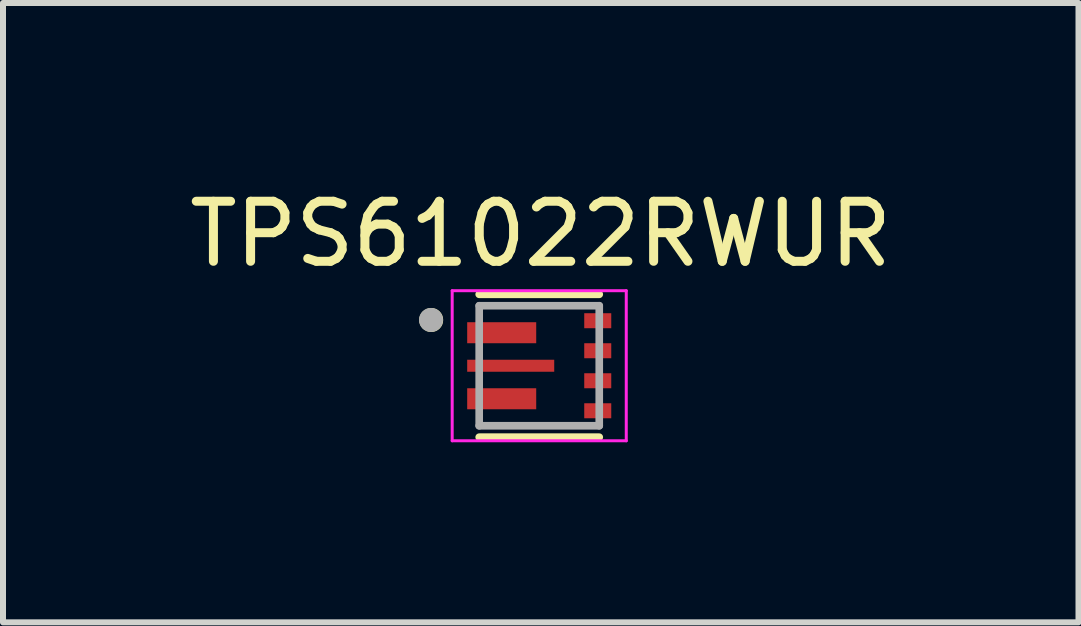
<source format=kicad_pcb>
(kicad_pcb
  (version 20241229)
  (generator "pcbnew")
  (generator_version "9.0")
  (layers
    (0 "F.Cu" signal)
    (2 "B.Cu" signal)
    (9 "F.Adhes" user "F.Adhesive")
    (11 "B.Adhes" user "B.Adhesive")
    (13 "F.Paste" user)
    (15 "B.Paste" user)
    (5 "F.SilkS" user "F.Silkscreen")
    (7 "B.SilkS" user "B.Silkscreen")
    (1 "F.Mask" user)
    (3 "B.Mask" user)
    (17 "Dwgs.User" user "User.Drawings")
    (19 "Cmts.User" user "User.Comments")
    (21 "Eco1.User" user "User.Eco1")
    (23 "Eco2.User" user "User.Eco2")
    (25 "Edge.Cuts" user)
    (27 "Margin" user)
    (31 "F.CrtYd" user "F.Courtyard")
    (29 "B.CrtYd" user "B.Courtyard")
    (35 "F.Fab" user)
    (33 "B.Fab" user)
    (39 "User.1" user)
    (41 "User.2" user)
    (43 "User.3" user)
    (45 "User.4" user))
  (footprint "TPS61022RWUR"
    (layer "F.Cu")
    (at 5.933 3.043)
    (property "Reference" "TPS61022RWUR" (at 0.025 -2.195 0) (layer "F.SilkS") (effects (font (size 1 1) (thickness 0.15))))
    (attr smd)
    (fp_poly (pts (xy -1.27 -0.795) (xy 0.02 -0.795) (xy 0.02 -0.305) (xy -1.27 -0.305)) (stroke (width 0.01) (type solid)) (fill yes) (layer "F.Mask"))
    (fp_poly (pts (xy -1.27 -0.17) (xy 0.32 -0.17) (xy 0.32 0.17) (xy -1.27 0.17)) (stroke (width 0.01) (type solid)) (fill yes) (layer "F.Mask"))
    (fp_poly (pts (xy -1.27 0.305) (xy 0.02 0.305) (xy 0.02 0.795) (xy -1.27 0.795)) (stroke (width 0.01) (type solid)) (fill yes) (layer "F.Mask"))
    (fp_poly (pts (xy 0.68 -0.945) (xy 1.27 -0.945) (xy 1.27 -0.555) (xy 0.68 -0.555)) (stroke (width 0.01) (type solid)) (fill yes) (layer "F.Mask"))
    (fp_poly (pts (xy 0.68 -0.445) (xy 1.27 -0.445) (xy 1.27 -0.055) (xy 0.68 -0.055)) (stroke (width 0.01) (type solid)) (fill yes) (layer "F.Mask"))
    (fp_poly (pts (xy 0.68 0.055) (xy 1.27 0.055) (xy 1.27 0.445) (xy 0.68 0.445)) (stroke (width 0.01) (type solid)) (fill yes) (layer "F.Mask"))
    (fp_poly (pts (xy 0.68 0.555) (xy 1.27 0.555) (xy 1.27 0.945) (xy 0.68 0.945)) (stroke (width 0.01) (type solid)) (fill yes) (layer "F.Mask"))
    (fp_line (start -1 -1.19) (end 1 -1.19) (stroke (width 0.127) (type solid)) (layer "F.SilkS"))
    (fp_line (start -1 1.19) (end 1 1.19) (stroke (width 0.127) (type solid)) (layer "F.SilkS"))
    (fp_circle (center -1.8 -0.762) (end -1.7 -0.762) (stroke (width 0.2) (type solid)) (fill no) (layer "F.SilkS"))
    (fp_poly (pts (xy -1.2 -0.725) (xy -0.725 -0.725) (xy -0.725 -0.375) (xy -1.2 -0.375)) (stroke (width 0.01) (type solid)) (fill yes) (layer "F.Paste"))
    (fp_poly (pts (xy -1.2 -0.1) (xy -0.575 -0.1) (xy -0.575 0.1) (xy -1.2 0.1)) (stroke (width 0.01) (type solid)) (fill yes) (layer "F.Paste"))
    (fp_poly (pts (xy -1.2 0.375) (xy -0.725 0.375) (xy -0.725 0.725) (xy -1.2 0.725)) (stroke (width 0.01) (type solid)) (fill yes) (layer "F.Paste"))
    (fp_poly (pts (xy -0.525 -0.725) (xy -0.05 -0.725) (xy -0.05 -0.375) (xy -0.525 -0.375)) (stroke (width 0.01) (type solid)) (fill yes) (layer "F.Paste"))
    (fp_poly (pts (xy -0.525 0.375) (xy -0.05 0.375) (xy -0.05 0.725) (xy -0.525 0.725)) (stroke (width 0.01) (type solid)) (fill yes) (layer "F.Paste"))
    (fp_poly (pts (xy -0.375 -0.1) (xy 0.25 -0.1) (xy 0.25 0.1) (xy -0.375 0.1)) (stroke (width 0.01) (type solid)) (fill yes) (layer "F.Paste"))
    (fp_line (start -1.45 -1.25) (end -1.45 1.25) (stroke (width 0.05) (type solid)) (layer "F.CrtYd"))
    (fp_line (start -1.45 1.25) (end 1.45 1.25) (stroke (width 0.05) (type solid)) (layer "F.CrtYd"))
    (fp_line (start 1.45 -1.25) (end -1.45 -1.25) (stroke (width 0.05) (type solid)) (layer "F.CrtYd"))
    (fp_line (start 1.45 1.25) (end 1.45 -1.25) (stroke (width 0.05) (type solid)) (layer "F.CrtYd"))
    (fp_line (start -1 -1) (end -1 1) (stroke (width 0.127) (type solid)) (layer "F.Fab"))
    (fp_line (start -1 1) (end 1 1) (stroke (width 0.127) (type solid)) (layer "F.Fab"))
    (fp_line (start 1 -1) (end -1 -1) (stroke (width 0.127) (type solid)) (layer "F.Fab"))
    (fp_line (start 1 1) (end 1 -1) (stroke (width 0.127) (type solid)) (layer "F.Fab"))
    (fp_circle (center -1.803 -0.763) (end -1.703 -0.763) (stroke (width 0.2) (type solid)) (fill no) (layer "F.Fab"))
    (pad "1" smd rect (at -0.625 -0.55) (size 1.15 0.35) (layers "F.Cu"))
    (pad "2" smd rect (at -0.475 0) (size 1.45 0.2) (layers "F.Cu"))
    (pad "3" smd rect (at -0.625 0.55) (size 1.15 0.35) (layers "F.Cu"))
    (pad "4" smd rect (at 0.975 0.75) (size 0.45 0.25) (layers "F.Cu" "F.Paste"))
    (pad "5" smd rect (at 0.975 0.25) (size 0.45 0.25) (layers "F.Cu" "F.Paste"))
    (pad "6" smd rect (at 0.975 -0.25) (size 0.45 0.25) (layers "F.Cu" "F.Paste"))
    (pad "7" smd rect (at 0.975 -0.75) (size 0.45 0.25) (layers "F.Cu" "F.Paste")))
  (gr_rect
    (start -3 -3)
    (end 14.917 7.318)
    (stroke (width 0.1) (type default))
    (fill no)
    (layer "Edge.Cuts")))
</source>
